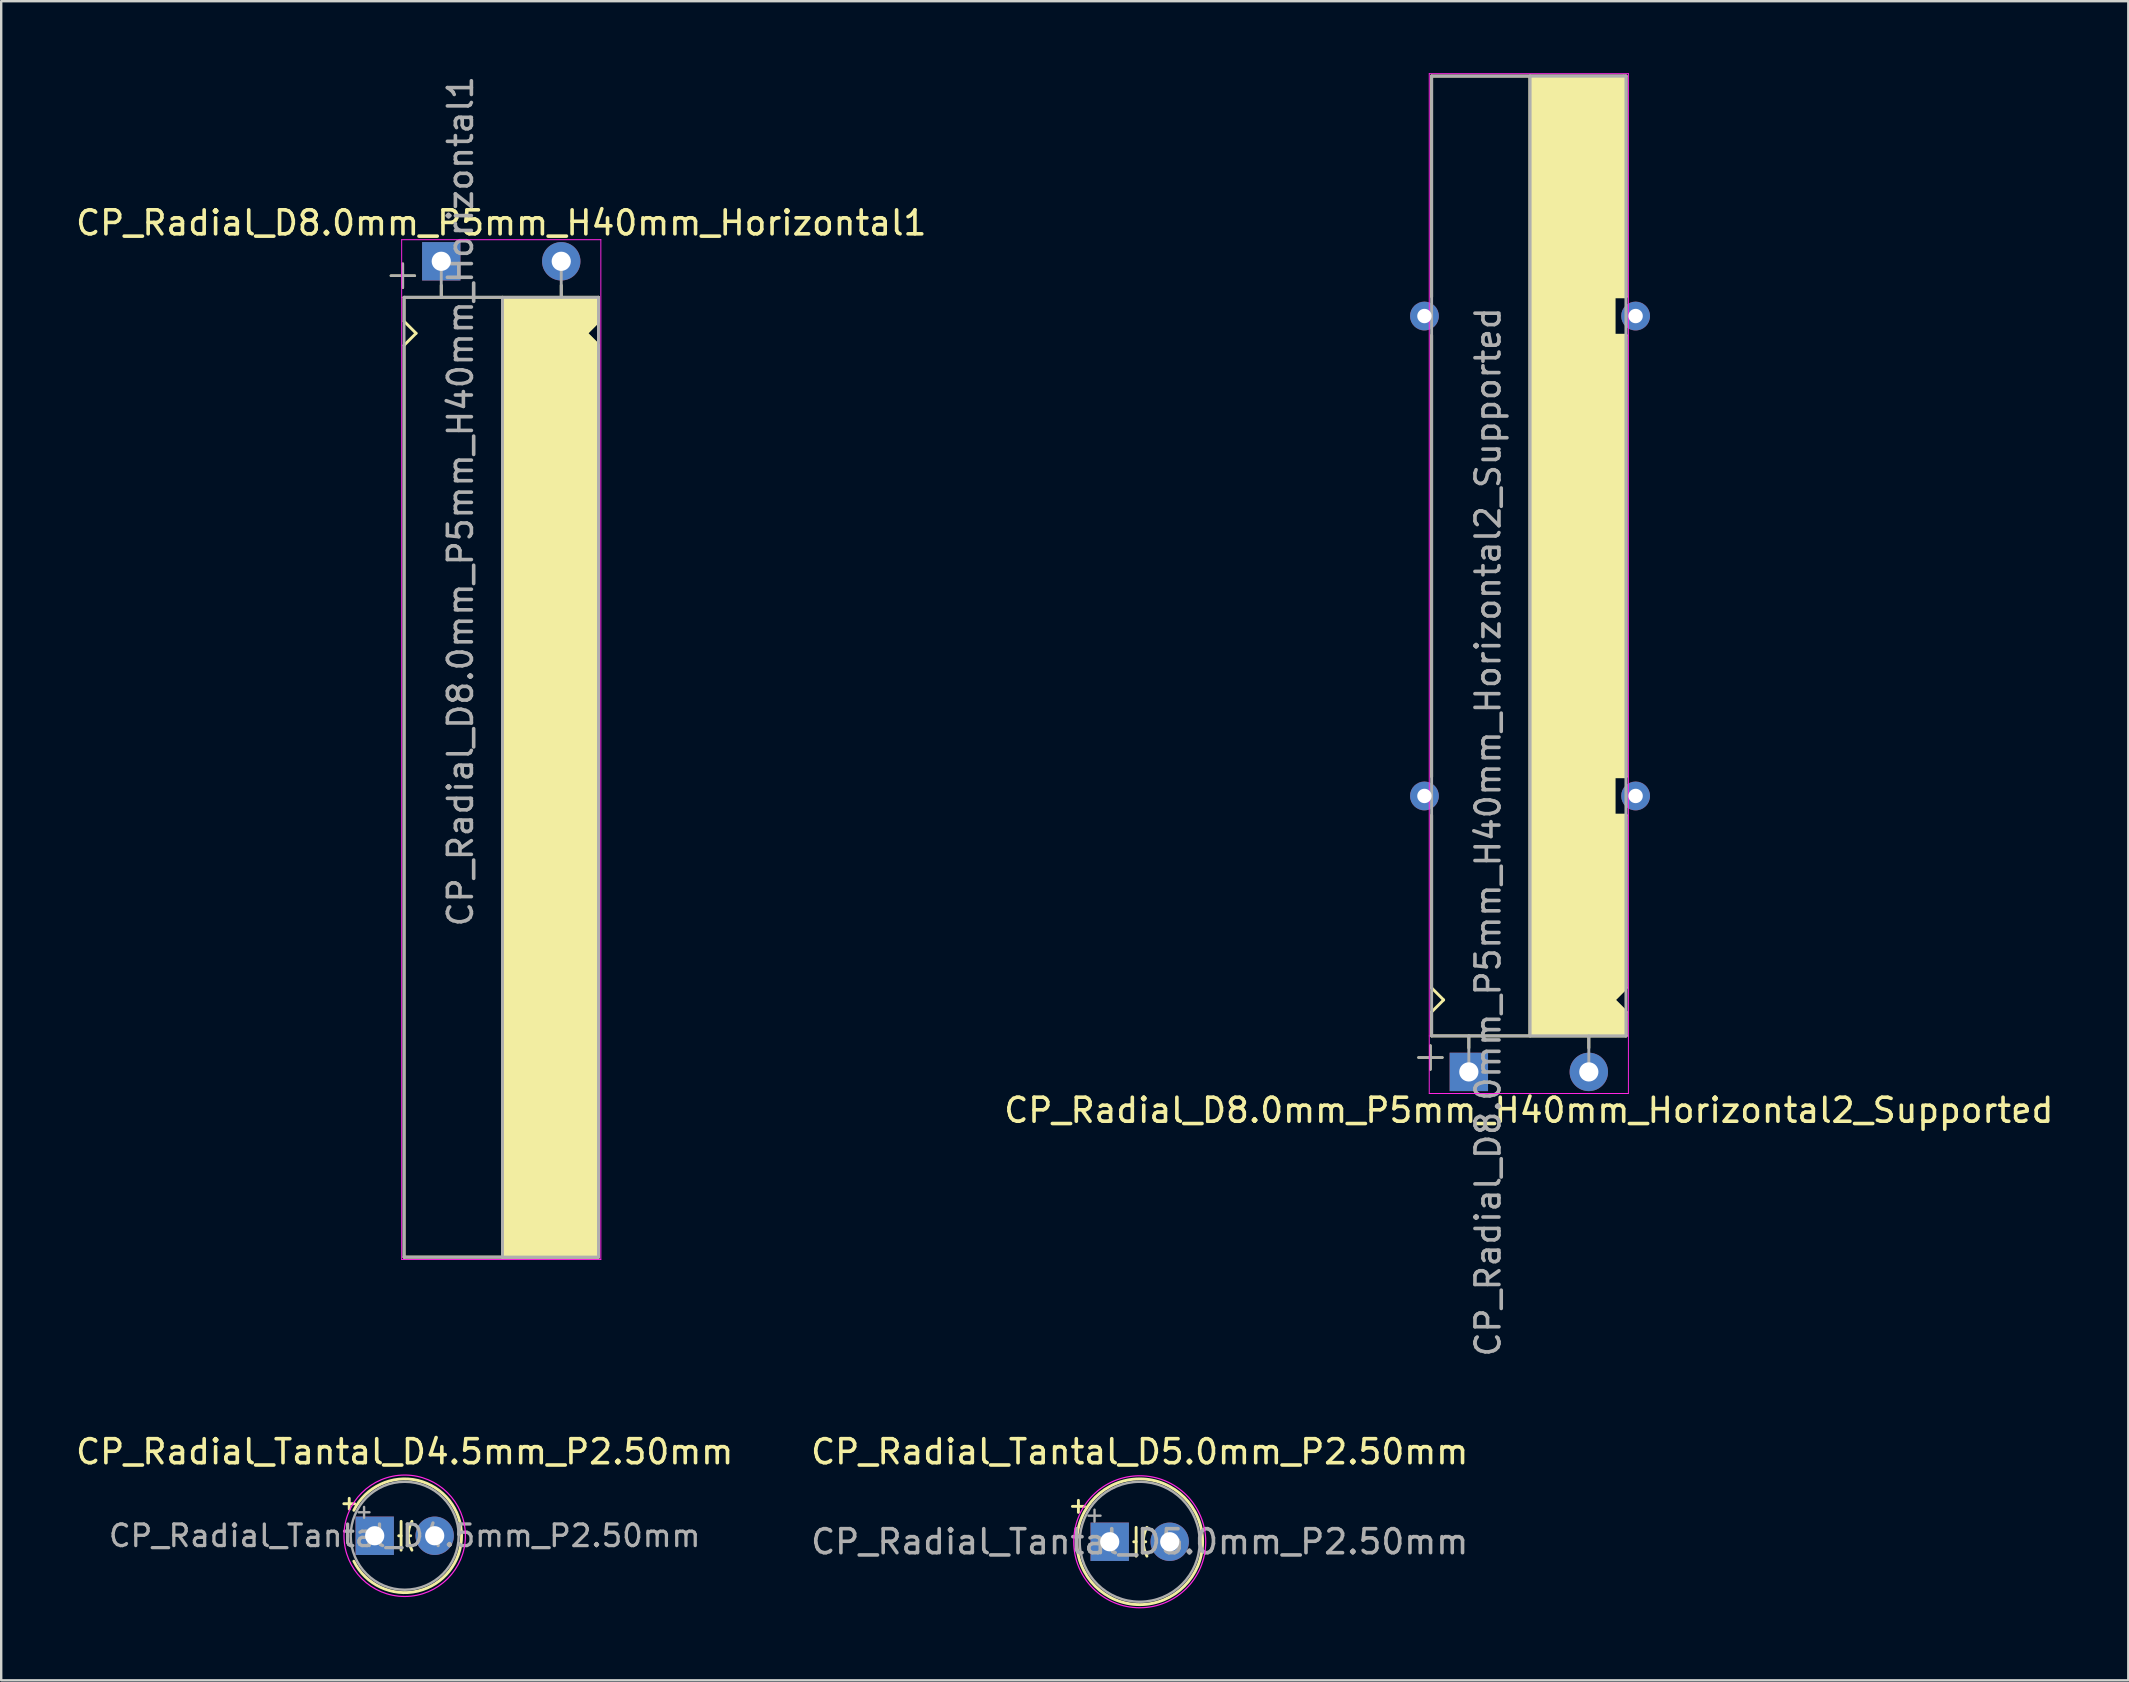
<source format=kicad_pcb>
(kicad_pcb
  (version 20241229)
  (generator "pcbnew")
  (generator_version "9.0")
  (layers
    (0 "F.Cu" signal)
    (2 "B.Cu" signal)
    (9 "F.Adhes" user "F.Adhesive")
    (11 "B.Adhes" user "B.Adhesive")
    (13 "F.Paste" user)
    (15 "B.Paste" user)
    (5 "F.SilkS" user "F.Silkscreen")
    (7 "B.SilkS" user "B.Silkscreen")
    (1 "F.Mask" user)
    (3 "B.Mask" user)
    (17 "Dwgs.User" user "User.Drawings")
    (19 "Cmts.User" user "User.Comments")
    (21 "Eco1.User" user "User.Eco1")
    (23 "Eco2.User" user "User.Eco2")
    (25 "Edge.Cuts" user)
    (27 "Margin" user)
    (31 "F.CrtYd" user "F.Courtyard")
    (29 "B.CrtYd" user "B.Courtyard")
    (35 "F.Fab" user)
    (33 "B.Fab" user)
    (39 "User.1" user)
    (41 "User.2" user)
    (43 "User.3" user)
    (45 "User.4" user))
  (footprint "CP_Radial_D8.0mm_P5mm_H40mm_Horizontal1"
    (layer "F.Cu")
    (at 16.139 7.839)
    (property "Reference" "CP_Radial_D8.0mm_P5mm_H40mm_Horizontal1" (at 1.7 -1.6 0) (layer "F.SilkS") (effects (font (size 1 1) (thickness 0.15))))
    (attr through_hole)
    (fp_line (start -2.9 0.6) (end -1.9 0.6) (stroke (width 0.1) (type solid)) (layer "F.SilkS"))
    (fp_line (start -2.4 1.1) (end -2.4 0.1) (stroke (width 0.1) (type solid)) (layer "F.SilkS"))
    (fp_line (start -2.35 1.5) (end 5.75 1.5) (stroke (width 0.12) (type solid)) (layer "F.SilkS"))
    (fp_line (start -2.35 2.5) (end -2.35 1.5) (stroke (width 0.12) (type solid)) (layer "F.SilkS"))
    (fp_line (start -2.35 3.5) (end -2.35 41.5) (stroke (width 0.12) (type solid)) (layer "F.SilkS"))
    (fp_line (start -2.35 3.5) (end -1.85 3) (stroke (width 0.12) (type solid)) (layer "F.SilkS"))
    (fp_line (start -2.35 41.5) (end 5.75 41.5) (stroke (width 0.12) (type solid)) (layer "F.SilkS"))
    (fp_line (start -1.85 3) (end -2.35 2.5) (stroke (width 0.12) (type solid)) (layer "F.SilkS"))
    (fp_line (start -0.8 1) (end -0.8 1.5) (stroke (width 0.12) (type solid)) (layer "F.SilkS"))
    (fp_line (start 1.75 41.5) (end 1.75 1.5) (stroke (width 0.12) (type solid)) (layer "F.SilkS"))
    (fp_line (start 4.2 1) (end 4.2 1.5) (stroke (width 0.12) (type solid)) (layer "F.SilkS"))
    (fp_line (start 5.25 3) (end 5.75 2.5) (stroke (width 0.12) (type solid)) (layer "F.SilkS"))
    (fp_line (start 5.75 2.5) (end 5.75 1.5) (stroke (width 0.12) (type solid)) (layer "F.SilkS"))
    (fp_line (start 5.75 3.5) (end 5.25 3) (stroke (width 0.12) (type solid)) (layer "F.SilkS"))
    (fp_line (start 5.75 3.5) (end 5.75 41.5) (stroke (width 0.12) (type solid)) (layer "F.SilkS"))
    (fp_line (start 5.75 21.5) (end 5.65 21.5) (stroke (width 0.12) (type solid)) (layer "F.SilkS"))
    (fp_poly (pts (xy 5.75 2.5) (xy 5.25 3) (xy 5.75 3.5) (xy 5.75 41.5) (xy 1.75 41.5) (xy 1.75 1.5) (xy 5.75 1.5)) (stroke (width 0.1) (type solid)) (fill yes) (layer "F.SilkS"))
    (fp_line (start -2.45 -0.9) (end 5.85 -0.9) (stroke (width 0.04) (type solid)) (layer "F.CrtYd"))
    (fp_line (start -2.45 1.5) (end -2.45 -0.9) (stroke (width 0.04) (type solid)) (layer "F.CrtYd"))
    (fp_line (start -2.45 41.6) (end -2.45 1.5) (stroke (width 0.04) (type solid)) (layer "F.CrtYd"))
    (fp_line (start 5.85 -0.9) (end 5.85 41.6) (stroke (width 0.04) (type solid)) (layer "F.CrtYd"))
    (fp_line (start 5.85 41.6) (end -2.45 41.6) (stroke (width 0.04) (type solid)) (layer "F.CrtYd"))
    (fp_line (start -2.9 0.6) (end -1.9 0.6) (stroke (width 0.1) (type solid)) (layer "F.Fab"))
    (fp_line (start -2.4 1.1) (end -2.4 0.1) (stroke (width 0.1) (type solid)) (layer "F.Fab"))
    (fp_line (start -2.35 1.5) (end 5.75 1.5) (stroke (width 0.12) (type solid)) (layer "F.Fab"))
    (fp_line (start -2.35 41.5) (end -2.35 1.5) (stroke (width 0.12) (type solid)) (layer "F.Fab"))
    (fp_line (start -0.8 1.5) (end -0.8 0) (stroke (width 0.12) (type solid)) (layer "F.Fab"))
    (fp_line (start 1.75 1.5) (end 1.75 41.5) (stroke (width 0.12) (type solid)) (layer "F.Fab"))
    (fp_line (start 4.2 1.5) (end 4.2 0) (stroke (width 0.12) (type solid)) (layer "F.Fab"))
    (fp_line (start 5.75 1.5) (end 5.75 41.5) (stroke (width 0.12) (type solid)) (layer "F.Fab"))
    (fp_line (start 5.75 41.5) (end -2.35 41.5) (stroke (width 0.12) (type solid)) (layer "F.Fab"))
    (fp_poly (pts (xy 5.75 41.5) (xy 1.75 41.5) (xy 1.75 1.5) (xy 5.75 1.5)) (stroke (width 0.1) (type solid)) (fill no) (layer "F.Fab"))
    (fp_text user "${REFERENCE}" (at 0 10 90) (layer "F.Fab") (effects (font (size 1 1) (thickness 0.15))))
    (pad "1" thru_hole rect (at -0.8 0) (size 1.6 1.6) (drill 0.8) (layers "*.Cu" "*.Mask"))
    (pad "2" thru_hole circle (at 4.2 0) (size 1.6 1.6) (drill 0.8) (layers "*.Cu" "*.Mask")))
  (footprint "CP_Radial_Tantal_D5.0mm_P2.50mm"
    (layer "F.Cu")
    (at 43.196 61.2)
    (property "Reference" "CP_Radial_Tantal_D5.0mm_P2.50mm" (at 1.25 -3.75 0) (layer "F.SilkS") (effects (font (size 1 1) (thickness 0.15))))
    (attr through_hole)
    (fp_line (start -1.555 -1.475) (end -1.055 -1.475) (stroke (width 0.12) (type solid)) (layer "F.SilkS"))
    (fp_line (start -1.305 -1.725) (end -1.305 -1.225) (stroke (width 0.12) (type solid)) (layer "F.SilkS"))
    (fp_line (start 1.1 -0.6) (end 1.1 0.6) (stroke (width 0.12) (type solid)) (layer "F.SilkS"))
    (fp_line (start 1.1 0) (end 1 0) (stroke (width 0.12) (type solid)) (layer "F.SilkS"))
    (fp_line (start 1.4 0) (end 1.5 0) (stroke (width 0.12) (type solid)) (layer "F.SilkS"))
    (fp_arc (start 1.4 0) (mid 1.4381 -0.309225) (end 1.55 -0.6) (stroke (width 0.12) (type solid)) (layer "F.SilkS"))
    (fp_arc (start 1.55 0.6) (mid 1.440022 0.308744) (end 1.4 0) (stroke (width 0.12) (type solid)) (layer "F.SilkS"))
    (fp_circle (center 1.25 0) (end 3.87 0) (stroke (width 0.12) (type solid)) (fill no) (layer "F.SilkS"))
    (fp_circle (center 1.25 0) (end 4 0) (stroke (width 0.05) (type solid)) (fill no) (layer "F.CrtYd"))
    (fp_line (start -0.884 -1.087) (end -0.384 -1.087) (stroke (width 0.1) (type solid)) (layer "F.Fab"))
    (fp_line (start -0.634 -1.337) (end -0.634 -0.838) (stroke (width 0.1) (type solid)) (layer "F.Fab"))
    (fp_circle (center 1.25 0) (end 3.75 0) (stroke (width 0.1) (type solid)) (fill no) (layer "F.Fab"))
    (fp_text user "${REFERENCE}" (at 1.25 0 0) (layer "F.Fab") (effects (font (size 1 1) (thickness 0.15))))
    (pad "1" thru_hole rect (at 0 0) (size 1.6 1.6) (drill 0.8) (layers "*.Cu" "*.Mask"))
    (pad "2" thru_hole circle (at 2.5 0) (size 1.6 1.6) (drill 0.8) (layers "*.Cu" "*.Mask")))
  (footprint "CP_Radial_D8.0mm_P5mm_H40mm_Horizontal2_Supported"
    (layer "F.Cu")
    (at 58.961 41.62)
    (property "Reference" "CP_Radial_D8.0mm_P5mm_H40mm_Horizontal2_Supported" (at 1.7 1.6 0) (layer "F.SilkS") (effects (font (size 1 1) (thickness 0.15))))
    (attr through_hole)
    (fp_line (start -2.9 -0.6) (end -1.9 -0.6) (stroke (width 0.1) (type solid)) (layer "F.SilkS"))
    (fp_line (start -2.4 -0.1) (end -2.4 -1.1) (stroke (width 0.1) (type solid)) (layer "F.SilkS"))
    (fp_line (start -2.35 -41.5) (end 5.65 -41.5) (stroke (width 0.12) (type solid)) (layer "F.SilkS"))
    (fp_line (start -2.35 -32.3) (end -2.35 -41.5) (stroke (width 0.12) (type solid)) (layer "F.SilkS"))
    (fp_line (start -2.35 -12.3) (end -2.35 -30.7) (stroke (width 0.12) (type solid)) (layer "F.SilkS"))
    (fp_line (start -2.35 -10.7) (end -2.35 -3.5) (stroke (width 0.12) (type solid)) (layer "F.SilkS"))
    (fp_line (start -2.35 -2.5) (end -1.85 -3) (stroke (width 0.12) (type solid)) (layer "F.SilkS"))
    (fp_line (start -2.35 -1.5) (end -2.35 -2.5) (stroke (width 0.12) (type solid)) (layer "F.SilkS"))
    (fp_line (start -2.35 -1.5) (end 5.75 -1.5) (stroke (width 0.12) (type solid)) (layer "F.SilkS"))
    (fp_line (start -1.85 -3) (end -2.35 -3.5) (stroke (width 0.12) (type solid)) (layer "F.SilkS"))
    (fp_line (start -0.8 -1) (end -0.8 -1.5) (stroke (width 0.12) (type solid)) (layer "F.SilkS"))
    (fp_line (start 1.75 -41.5) (end 1.75 -1.5) (stroke (width 0.12) (type solid)) (layer "F.SilkS"))
    (fp_line (start 4.2 -1) (end 4.2 -1.5) (stroke (width 0.12) (type solid)) (layer "F.SilkS"))
    (fp_line (start 5.25 -32.3) (end 5.75 -32.3) (stroke (width 0.12) (type solid)) (layer "F.SilkS"))
    (fp_line (start 5.25 -30.7) (end 5.25 -32.3) (stroke (width 0.12) (type solid)) (layer "F.SilkS"))
    (fp_line (start 5.25 -12.3) (end 5.75 -12.3) (stroke (width 0.12) (type solid)) (layer "F.SilkS"))
    (fp_line (start 5.25 -10.7) (end 5.25 -12.3) (stroke (width 0.12) (type solid)) (layer "F.SilkS"))
    (fp_line (start 5.25 -3) (end 5.75 -2.5) (stroke (width 0.12) (type solid)) (layer "F.SilkS"))
    (fp_line (start 5.75 -41.5) (end 5.65 -41.5) (stroke (width 0.12) (type solid)) (layer "F.SilkS"))
    (fp_line (start 5.75 -32.3) (end 5.75 -41.5) (stroke (width 0.12) (type solid)) (layer "F.SilkS"))
    (fp_line (start 5.75 -30.7) (end 5.25 -30.7) (stroke (width 0.12) (type solid)) (layer "F.SilkS"))
    (fp_line (start 5.75 -12.3) (end 5.75 -30.7) (stroke (width 0.12) (type solid)) (layer "F.SilkS"))
    (fp_line (start 5.75 -10.7) (end 5.25 -10.7) (stroke (width 0.12) (type solid)) (layer "F.SilkS"))
    (fp_line (start 5.75 -10.7) (end 5.75 -3.5) (stroke (width 0.12) (type solid)) (layer "F.SilkS"))
    (fp_line (start 5.75 -3.5) (end 5.25 -3) (stroke (width 0.12) (type solid)) (layer "F.SilkS"))
    (fp_line (start 5.75 -2.5) (end 5.75 -1.5) (stroke (width 0.12) (type solid)) (layer "F.SilkS"))
    (fp_poly (pts (xy 5.75 -2.5) (xy 5.25 -3) (xy 5.75 -3.5) (xy 5.75 -10.7) (xy 5.25 -10.7) (xy 5.25 -12.3) (xy 5.75 -12.3) (xy 5.75 -30.7) (xy 5.25 -30.7) (xy 5.25 -32.3) (xy 5.75 -32.3) (xy 5.75 -41.5) (xy 1.75 -41.5) (xy 1.75 -1.5) (xy 5.75 -1.5)) (stroke (width 0.1) (type solid)) (fill yes) (layer "F.SilkS"))
    (fp_line (start -2.45 -41.6) (end -2.45 -1.5) (stroke (width 0.04) (type solid)) (layer "F.CrtYd"))
    (fp_line (start -2.45 -1.5) (end -2.45 0.9) (stroke (width 0.04) (type solid)) (layer "F.CrtYd"))
    (fp_line (start -2.45 0.9) (end 5.85 0.9) (stroke (width 0.04) (type solid)) (layer "F.CrtYd"))
    (fp_line (start 5.85 -41.6) (end -2.45 -41.6) (stroke (width 0.04) (type solid)) (layer "F.CrtYd"))
    (fp_line (start 5.85 0.9) (end 5.85 -41.6) (stroke (width 0.04) (type solid)) (layer "F.CrtYd"))
    (fp_line (start -2.9 -0.6) (end -1.9 -0.6) (stroke (width 0.1) (type solid)) (layer "F.Fab"))
    (fp_line (start -2.4 -0.1) (end -2.4 -1.1) (stroke (width 0.1) (type solid)) (layer "F.Fab"))
    (fp_line (start -2.35 -41.5) (end -2.35 -1.5) (stroke (width 0.12) (type solid)) (layer "F.Fab"))
    (fp_line (start -2.35 -1.5) (end 5.75 -1.5) (stroke (width 0.12) (type solid)) (layer "F.Fab"))
    (fp_line (start -0.8 -1.5) (end -0.8 0) (stroke (width 0.12) (type solid)) (layer "F.Fab"))
    (fp_line (start 1.75 -1.5) (end 1.75 -41.5) (stroke (width 0.12) (type solid)) (layer "F.Fab"))
    (fp_line (start 4.2 -1.5) (end 4.2 0) (stroke (width 0.12) (type solid)) (layer "F.Fab"))
    (fp_line (start 5.75 -41.5) (end -2.35 -41.5) (stroke (width 0.12) (type solid)) (layer "F.Fab"))
    (fp_line (start 5.75 -1.5) (end 5.75 -41.5) (stroke (width 0.12) (type solid)) (layer "F.Fab"))
    (fp_poly (pts (xy 5.75 -41.5) (xy 1.75 -41.5) (xy 1.75 -1.5) (xy 5.75 -1.5)) (stroke (width 0.1) (type solid)) (fill no) (layer "F.Fab"))
    (fp_text user "${REFERENCE}" (at 0 -10 90) (layer "F.Fab") (effects (font (size 1 1) (thickness 0.15))))
    (pad "" thru_hole circle (at -2.65 -31.5 180) (size 1.2 1.2) (drill 0.6) (layers "*.Cu" "*.Mask"))
    (pad "" thru_hole circle (at -2.65 -11.5 180) (size 1.2 1.2) (drill 0.6) (layers "*.Cu" "*.Mask"))
    (pad "" thru_hole circle (at 6.15 -31.5 180) (size 1.2 1.2) (drill 0.6) (layers "*.Cu" "*.Mask"))
    (pad "" thru_hole circle (at 6.15 -11.5 180) (size 1.2 1.2) (drill 0.6) (layers "*.Cu" "*.Mask"))
    (pad "1" thru_hole rect (at -0.8 0) (size 1.6 1.6) (drill 0.8) (layers "*.Cu" "*.Mask"))
    (pad "2" thru_hole circle (at 4.2 0) (size 1.6 1.6) (drill 0.8) (layers "*.Cu" "*.Mask")))
  (footprint "CP_Radial_Tantal_D4.5mm_P2.50mm"
    (layer "F.Cu")
    (at 12.565 60.95)
    (property "Reference" "CP_Radial_Tantal_D4.5mm_P2.50mm" (at 1.25 -3.5 0) (layer "F.SilkS") (effects (font (size 1 1) (thickness 0.15))))
    (attr through_hole)
    (fp_line (start -1.287 -1.335) (end -0.837 -1.335) (stroke (width 0.12) (type solid)) (layer "F.SilkS"))
    (fp_line (start -1.062 -1.56) (end -1.062 -1.11) (stroke (width 0.12) (type solid)) (layer "F.SilkS"))
    (fp_line (start 1.1 -0.6) (end 1.1 0.6) (stroke (width 0.12) (type solid)) (layer "F.SilkS"))
    (fp_line (start 1.1 0) (end 1 0) (stroke (width 0.12) (type solid)) (layer "F.SilkS"))
    (fp_line (start 1.4 0) (end 1.5 0) (stroke (width 0.12) (type solid)) (layer "F.SilkS"))
    (fp_arc (start -0.869741 -1.06) (mid 3.62 0) (end -0.869741 1.06) (stroke (width 0.12) (type solid)) (layer "F.SilkS"))
    (fp_arc (start 1.4 0) (mid 1.438099 -0.309225) (end 1.55 -0.6) (stroke (width 0.12) (type solid)) (layer "F.SilkS"))
    (fp_arc (start 1.55 0.6) (mid 1.440022 0.308744) (end 1.4 0) (stroke (width 0.12) (type solid)) (layer "F.SilkS"))
    (fp_circle (center 1.25 0) (end 3.78 0) (stroke (width 0.05) (type solid)) (fill no) (layer "F.CrtYd"))
    (fp_line (start -0.668 -0.978) (end -0.218 -0.978) (stroke (width 0.1) (type solid)) (layer "F.Fab"))
    (fp_line (start -0.443 -1.202) (end -0.443 -0.752) (stroke (width 0.1) (type solid)) (layer "F.Fab"))
    (fp_circle (center 1.25 0) (end 3.5 0) (stroke (width 0.1) (type solid)) (fill no) (layer "F.Fab"))
    (fp_text user "${REFERENCE}" (at 1.25 0 0) (layer "F.Fab") (effects (font (size 0.9 0.9) (thickness 0.135))))
    (pad "1" thru_hole rect (at 0 0) (size 1.6 1.6) (drill 0.8) (layers "*.Cu" "*.Mask"))
    (pad "2" thru_hole circle (at 2.5 0) (size 1.6 1.6) (drill 0.8) (layers "*.Cu" "*.Mask")))
  (gr_rect
    (start -3 -3)
    (end 85.643 66.975)
    (stroke (width 0.1) (type default))
    (fill no)
    (layer "Edge.Cuts")))
</source>
